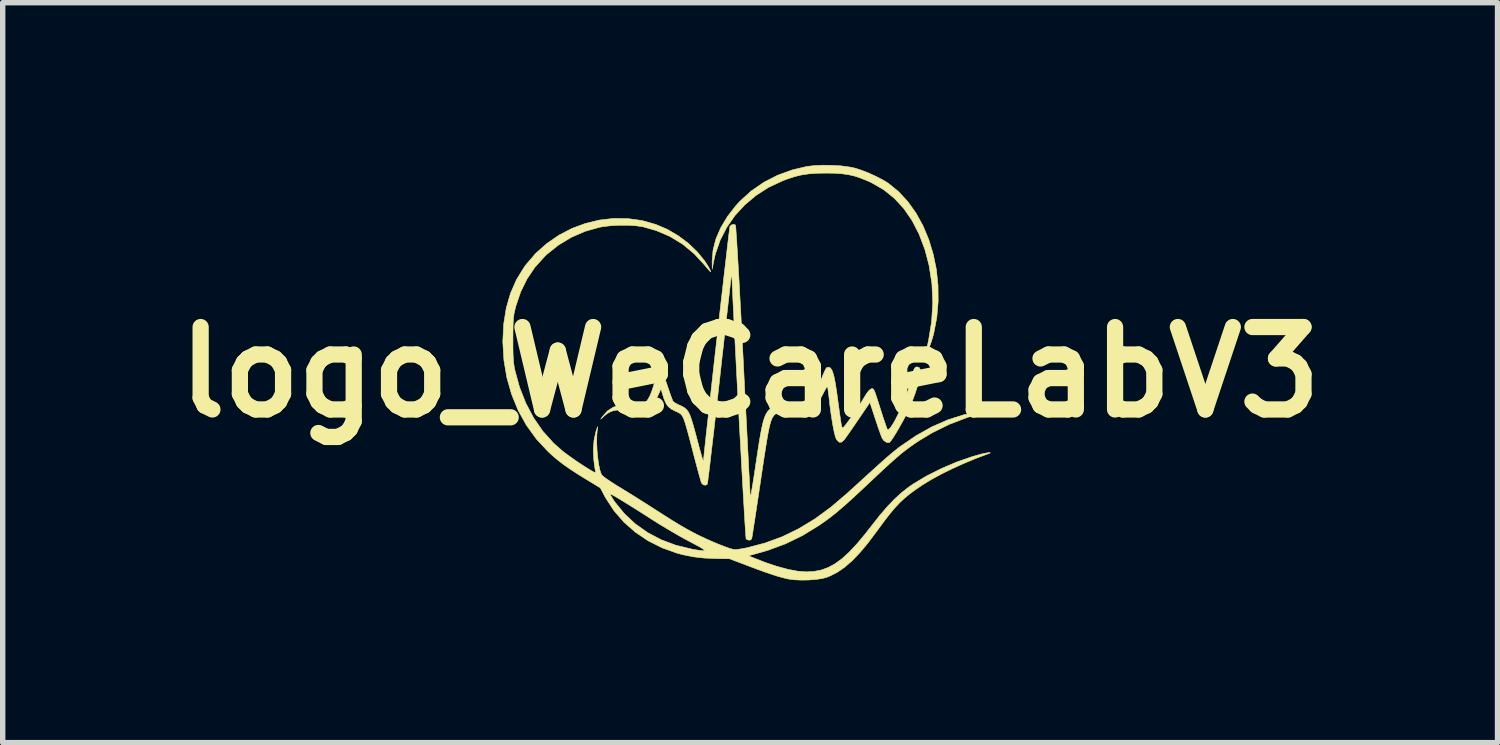
<source format=kicad_pcb>
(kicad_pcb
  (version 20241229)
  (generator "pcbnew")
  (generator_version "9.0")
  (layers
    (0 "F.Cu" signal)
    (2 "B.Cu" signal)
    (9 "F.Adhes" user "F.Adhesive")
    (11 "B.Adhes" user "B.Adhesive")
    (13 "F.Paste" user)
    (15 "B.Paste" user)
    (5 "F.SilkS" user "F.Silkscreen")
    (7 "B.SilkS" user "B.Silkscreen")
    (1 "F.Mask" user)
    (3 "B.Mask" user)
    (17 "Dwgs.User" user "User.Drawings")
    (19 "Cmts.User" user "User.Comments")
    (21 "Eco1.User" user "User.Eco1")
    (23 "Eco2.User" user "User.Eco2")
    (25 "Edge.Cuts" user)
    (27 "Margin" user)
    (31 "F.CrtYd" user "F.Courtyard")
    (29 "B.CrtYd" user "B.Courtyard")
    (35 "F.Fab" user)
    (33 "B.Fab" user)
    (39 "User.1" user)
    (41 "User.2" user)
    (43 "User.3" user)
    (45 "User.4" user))
  (footprint "logo_WeCareLabV3"
    (layer "F.Cu")
    (at 10.82 3.832)
    (property "Reference" "logo_WeCareLabV3" (at 0 0 0) (layer "F.SilkS") (effects (font (size 1.524 1.524) (thickness 0.3))))
    (attr through_hole)
    (fp_poly (pts (xy 1.515 -3.825) (xy 1.681 -3.815) (xy 1.832 -3.795) (xy 1.944 -3.772) (xy 2.063 -3.733) (xy 2.196 -3.681) (xy 2.331 -3.619) (xy 2.454 -3.556) (xy 2.551 -3.497) (xy 2.743 -3.341) (xy 2.916 -3.155) (xy 3.068 -2.942) (xy 3.198 -2.706) (xy 3.305 -2.45) (xy 3.387 -2.179) (xy 3.445 -1.897) (xy 3.475 -1.606) (xy 3.478 -1.311) (xy 3.453 -1.015) (xy 3.397 -0.722) (xy 3.39 -0.695) (xy 3.371 -0.628) (xy 3.348 -0.555) (xy 3.322 -0.484) (xy 3.298 -0.419) (xy 3.276 -0.368) (xy 3.259 -0.336) (xy 3.25 -0.33) (xy 3.252 -0.352) (xy 3.259 -0.392) (xy 3.273 -0.459) (xy 3.29 -0.541) (xy 3.3 -0.586) (xy 3.357 -0.938) (xy 3.378 -1.29) (xy 3.362 -1.637) (xy 3.309 -1.977) (xy 3.233 -2.266) (xy 3.126 -2.55) (xy 2.996 -2.803) (xy 2.843 -3.025) (xy 2.667 -3.216) (xy 2.469 -3.375) (xy 2.249 -3.502) (xy 2.187 -3.531) (xy 2.052 -3.586) (xy 1.932 -3.626) (xy 1.815 -3.653) (xy 1.691 -3.67) (xy 1.548 -3.679) (xy 1.407 -3.681) (xy 1.231 -3.678) (xy 1.083 -3.667) (xy 0.949 -3.647) (xy 0.819 -3.615) (xy 0.68 -3.569) (xy 0.595 -3.536) (xy 0.341 -3.417) (xy 0.109 -3.268) (xy -0.099 -3.093) (xy -0.281 -2.895) (xy -0.433 -2.676) (xy -0.554 -2.439) (xy -0.642 -2.187) (xy -0.675 -2.042) (xy -0.7 -1.905) (xy -0.702 -2.053) (xy -0.685 -2.256) (xy -0.632 -2.463) (xy -0.543 -2.67) (xy -0.42 -2.876) (xy -0.265 -3.076) (xy -0.19 -3.159) (xy 0.018 -3.348) (xy 0.251 -3.509) (xy 0.507 -3.641) (xy 0.78 -3.74) (xy 1.045 -3.803) (xy 1.185 -3.82) (xy 1.345 -3.827) (xy 1.515 -3.825)) (stroke (width 0.01) (type solid)) (fill yes) (layer "F.SilkS"))
    (fp_poly (pts (xy -2.259 -2.84) (xy -1.998 -2.804) (xy -1.744 -2.732) (xy -1.534 -2.643) (xy -1.33 -2.524) (xy -1.142 -2.383) (xy -0.976 -2.224) (xy -0.838 -2.054) (xy -0.78 -1.964) (xy -0.743 -1.897) (xy -0.727 -1.862) (xy -0.733 -1.858) (xy -0.761 -1.886) (xy -0.812 -1.945) (xy -0.841 -1.981) (xy -1.033 -2.189) (xy -1.246 -2.366) (xy -1.48 -2.509) (xy -1.734 -2.618) (xy -1.983 -2.689) (xy -2.108 -2.707) (xy -2.257 -2.717) (xy -2.419 -2.717) (xy -2.58 -2.708) (xy -2.727 -2.69) (xy -2.787 -2.679) (xy -3.053 -2.604) (xy -3.307 -2.493) (xy -3.545 -2.349) (xy -3.76 -2.177) (xy -3.799 -2.139) (xy -3.979 -1.94) (xy -4.126 -1.722) (xy -4.243 -1.483) (xy -4.332 -1.219) (xy -4.333 -1.215) (xy -4.35 -1.148) (xy -4.363 -1.089) (xy -4.372 -1.029) (xy -4.378 -0.962) (xy -4.382 -0.879) (xy -4.384 -0.774) (xy -4.385 -0.638) (xy -4.385 -0.615) (xy -4.385 -0.463) (xy -4.383 -0.342) (xy -4.378 -0.245) (xy -4.371 -0.165) (xy -4.361 -0.095) (xy -4.35 -0.039) (xy -4.263 0.278) (xy -4.147 0.573) (xy -4.003 0.845) (xy -3.832 1.092) (xy -3.634 1.312) (xy -3.468 1.459) (xy -3.401 1.51) (xy -3.32 1.568) (xy -3.231 1.631) (xy -3.139 1.693) (xy -3.051 1.75) (xy -2.973 1.799) (xy -2.912 1.835) (xy -2.874 1.854) (xy -2.866 1.856) (xy -2.857 1.841) (xy -2.861 1.822) (xy -2.867 1.788) (xy -2.877 1.726) (xy -2.887 1.647) (xy -2.89 1.615) (xy -2.899 1.433) (xy -2.885 1.254) (xy -2.85 1.094) (xy -2.844 1.075) (xy -2.826 1.024) (xy -2.819 1.008) (xy -2.82 1.026) (xy -2.825 1.06) (xy -2.834 1.172) (xy -2.836 1.302) (xy -2.83 1.44) (xy -2.818 1.577) (xy -2.8 1.704) (xy -2.777 1.811) (xy -2.75 1.889) (xy -2.748 1.893) (xy -2.723 1.92) (xy -2.667 1.964) (xy -2.584 2.02) (xy -2.479 2.088) (xy -2.413 2.128) (xy -2.284 2.207) (xy -2.137 2.298) (xy -1.987 2.393) (xy -1.847 2.482) (xy -1.788 2.52) (xy -1.605 2.637) (xy -1.449 2.736) (xy -1.314 2.818) (xy -1.195 2.888) (xy -1.085 2.948) (xy -0.98 3.003) (xy -0.928 3.028) (xy -0.803 3.087) (xy -0.678 3.142) (xy -0.559 3.191) (xy -0.452 3.232) (xy -0.364 3.263) (xy -0.301 3.279) (xy -0.278 3.282) (xy -0.235 3.278) (xy -0.166 3.267) (xy -0.084 3.252) (xy -0.049 3.245) (xy 0.277 3.159) (xy 0.591 3.044) (xy 0.896 2.896) (xy 1.196 2.715) (xy 1.492 2.498) (xy 1.79 2.245) (xy 1.791 2.243) (xy 1.97 2.081) (xy 2.122 1.942) (xy 2.251 1.825) (xy 2.36 1.726) (xy 2.451 1.645) (xy 2.528 1.577) (xy 2.593 1.521) (xy 2.649 1.474) (xy 2.699 1.434) (xy 2.745 1.398) (xy 2.778 1.373) (xy 3.068 1.175) (xy 3.361 1.011) (xy 3.657 0.881) (xy 3.952 0.787) (xy 4.243 0.73) (xy 4.386 0.715) (xy 4.543 0.704) (xy 4.361 0.743) (xy 4.022 0.835) (xy 3.687 0.963) (xy 3.362 1.123) (xy 3.126 1.266) (xy 3.037 1.325) (xy 2.956 1.382) (xy 2.876 1.442) (xy 2.794 1.506) (xy 2.707 1.581) (xy 2.608 1.668) (xy 2.494 1.772) (xy 2.36 1.897) (xy 2.225 2.024) (xy 2.058 2.181) (xy 1.915 2.314) (xy 1.79 2.427) (xy 1.681 2.522) (xy 1.583 2.605) (xy 1.491 2.678) (xy 1.402 2.744) (xy 1.311 2.808) (xy 1.272 2.835) (xy 0.967 3.022) (xy 0.656 3.173) (xy 0.332 3.293) (xy 0.205 3.33) (xy -0.029 3.395) (xy 0.049 3.428) (xy 0.28 3.518) (xy 0.498 3.591) (xy 0.7 3.646) (xy 0.879 3.68) (xy 1.031 3.692) (xy 1.043 3.692) (xy 1.184 3.684) (xy 1.318 3.658) (xy 1.446 3.611) (xy 1.572 3.542) (xy 1.7 3.449) (xy 1.832 3.328) (xy 1.972 3.179) (xy 2.124 2.997) (xy 2.234 2.857) (xy 2.391 2.657) (xy 2.535 2.489) (xy 2.672 2.346) (xy 2.806 2.224) (xy 2.941 2.119) (xy 3.014 2.069) (xy 3.26 1.921) (xy 3.533 1.784) (xy 3.818 1.662) (xy 4.103 1.563) (xy 4.272 1.515) (xy 4.343 1.499) (xy 4.398 1.49) (xy 4.434 1.487) (xy 4.443 1.491) (xy 4.422 1.503) (xy 4.406 1.508) (xy 4.186 1.59) (xy 3.962 1.683) (xy 3.741 1.783) (xy 3.532 1.886) (xy 3.344 1.989) (xy 3.185 2.086) (xy 3.181 2.089) (xy 3.058 2.173) (xy 2.952 2.251) (xy 2.857 2.329) (xy 2.769 2.411) (xy 2.682 2.503) (xy 2.591 2.611) (xy 2.492 2.739) (xy 2.378 2.893) (xy 2.333 2.954) (xy 2.174 3.166) (xy 2.025 3.343) (xy 1.884 3.49) (xy 1.747 3.608) (xy 1.612 3.701) (xy 1.475 3.77) (xy 1.415 3.794) (xy 1.326 3.817) (xy 1.211 3.833) (xy 1.079 3.843) (xy 0.945 3.845) (xy 0.818 3.839) (xy 0.71 3.825) (xy 0.693 3.821) (xy 0.6 3.799) (xy 0.504 3.772) (xy 0.398 3.738) (xy 0.275 3.696) (xy 0.129 3.643) (xy -0.033 3.582) (xy -0.381 3.45) (xy -0.625 3.447) (xy -0.85 3.437) (xy -1.05 3.414) (xy -1.24 3.376) (xy -1.347 3.348) (xy -1.626 3.248) (xy -1.885 3.118) (xy -2.121 2.959) (xy -2.332 2.774) (xy -2.515 2.564) (xy -2.667 2.331) (xy -2.692 2.287) (xy -2.71 2.251) (xy -2.59 2.251) (xy -2.583 2.27) (xy -2.558 2.313) (xy -2.52 2.372) (xy -2.498 2.404) (xy -2.324 2.617) (xy -2.123 2.805) (xy -1.895 2.966) (xy -1.645 3.098) (xy -1.373 3.2) (xy -1.084 3.27) (xy -1.083 3.271) (xy -0.972 3.29) (xy -0.896 3.3) (xy -0.854 3.3) (xy -0.846 3.29) (xy -0.873 3.267) (xy -0.934 3.23) (xy -1.03 3.178) (xy -1.104 3.139) (xy -1.223 3.076) (xy -1.362 2.997) (xy -1.511 2.91) (xy -1.656 2.823) (xy -1.778 2.747) (xy -1.985 2.614) (xy -2.161 2.503) (xy -2.306 2.413) (xy -2.42 2.343) (xy -2.504 2.293) (xy -2.56 2.262) (xy -2.587 2.251) (xy -2.59 2.251) (xy -2.71 2.251) (xy -2.769 2.14) (xy -3.011 1.993) (xy -3.182 1.888) (xy -3.324 1.795) (xy -3.445 1.711) (xy -3.551 1.63) (xy -3.649 1.547) (xy -3.742 1.461) (xy -3.954 1.233) (xy -4.137 0.979) (xy -4.289 0.705) (xy -4.409 0.411) (xy -4.498 0.101) (xy -4.552 -0.222) (xy -4.572 -0.556) (xy -4.572 -0.575) (xy -4.556 -0.891) (xy -4.509 -1.185) (xy -4.431 -1.457) (xy -4.32 -1.71) (xy -4.176 -1.944) (xy -4.142 -1.99) (xy -3.962 -2.199) (xy -3.758 -2.38) (xy -3.535 -2.533) (xy -3.297 -2.657) (xy -3.046 -2.75) (xy -2.787 -2.813) (xy -2.524 -2.843) (xy -2.259 -2.84)) (stroke (width 0.01) (type solid)) (fill yes) (layer "F.SilkS"))
    (fp_poly (pts (xy -0.271 -2.721) (xy -0.267 -2.699) (xy -0.262 -2.641) (xy -0.256 -2.549) (xy -0.247 -2.424) (xy -0.238 -2.27) (xy -0.227 -2.088) (xy -0.215 -1.882) (xy -0.202 -1.652) (xy -0.189 -1.403) (xy -0.174 -1.135) (xy -0.159 -0.852) (xy -0.144 -0.555) (xy -0.128 -0.248) (xy -0.126 -0.213) (xy -0.111 0.096) (xy -0.096 0.395) (xy -0.081 0.681) (xy -0.067 0.951) (xy -0.054 1.204) (xy -0.042 1.438) (xy -0.031 1.649) (xy -0.022 1.835) (xy -0.013 1.994) (xy -0.006 2.124) (xy -0.001 2.223) (xy 0.003 2.287) (xy 0.004 2.315) (xy 0.005 2.315) (xy 0.008 2.306) (xy 0.017 2.262) (xy 0.03 2.187) (xy 0.047 2.085) (xy 0.067 1.96) (xy 0.089 1.817) (xy 0.112 1.659) (xy 0.114 1.651) (xy 0.145 1.44) (xy 0.173 1.265) (xy 0.198 1.12) (xy 0.222 1.003) (xy 0.244 0.909) (xy 0.268 0.835) (xy 0.293 0.778) (xy 0.321 0.732) (xy 0.353 0.695) (xy 0.389 0.662) (xy 0.402 0.652) (xy 0.432 0.63) (xy 0.46 0.615) (xy 0.493 0.605) (xy 0.539 0.599) (xy 0.605 0.596) (xy 0.699 0.596) (xy 0.751 0.595) (xy 0.853 0.594) (xy 0.944 0.591) (xy 1.014 0.586) (xy 1.055 0.58) (xy 1.061 0.578) (xy 1.105 0.542) (xy 1.155 0.473) (xy 1.21 0.377) (xy 1.265 0.259) (xy 1.311 0.144) (xy 1.345 0.058) (xy 1.376 -0.014) (xy 1.402 -0.065) (xy 1.419 -0.086) (xy 1.452 -0.092) (xy 1.481 -0.081) (xy 1.507 -0.05) (xy 1.53 0.005) (xy 1.553 0.087) (xy 1.575 0.198) (xy 1.598 0.342) (xy 1.623 0.521) (xy 1.623 0.525) (xy 1.641 0.655) (xy 1.657 0.773) (xy 1.672 0.874) (xy 1.684 0.952) (xy 1.693 1.001) (xy 1.696 1.011) (xy 1.703 1.026) (xy 1.716 1.026) (xy 1.738 1.008) (xy 1.771 0.967) (xy 1.821 0.901) (xy 1.869 0.835) (xy 1.935 0.741) (xy 2 0.644) (xy 2.057 0.555) (xy 2.098 0.486) (xy 2.1 0.483) (xy 2.155 0.393) (xy 2.204 0.333) (xy 2.246 0.304) (xy 2.271 0.306) (xy 2.281 0.315) (xy 2.292 0.333) (xy 2.306 0.364) (xy 2.324 0.414) (xy 2.348 0.486) (xy 2.38 0.586) (xy 2.422 0.718) (xy 2.427 0.733) (xy 2.46 0.838) (xy 2.491 0.929) (xy 2.516 1.002) (xy 2.533 1.048) (xy 2.54 1.061) (xy 2.561 1.061) (xy 2.594 1.028) (xy 2.635 0.968) (xy 2.682 0.887) (xy 2.732 0.788) (xy 2.785 0.677) (xy 2.836 0.559) (xy 2.884 0.439) (xy 2.926 0.321) (xy 2.96 0.211) (xy 2.979 0.137) (xy 3.003 0.037) (xy 3.023 -0.031) (xy 3.041 -0.072) (xy 3.061 -0.092) (xy 3.085 -0.098) (xy 3.086 -0.098) (xy 3.129 -0.084) (xy 3.151 -0.04) (xy 3.15 0.033) (xy 3.137 0.104) (xy 3.1 0.245) (xy 3.049 0.402) (xy 2.991 0.558) (xy 2.947 0.664) (xy 2.907 0.748) (xy 2.858 0.843) (xy 2.804 0.942) (xy 2.748 1.041) (xy 2.694 1.132) (xy 2.646 1.209) (xy 2.607 1.266) (xy 2.58 1.297) (xy 2.575 1.301) (xy 2.522 1.298) (xy 2.472 1.263) (xy 2.443 1.223) (xy 2.428 1.188) (xy 2.404 1.123) (xy 2.373 1.036) (xy 2.339 0.934) (xy 2.316 0.866) (xy 2.216 0.559) (xy 1.998 0.88) (xy 1.928 0.983) (xy 1.863 1.078) (xy 1.806 1.159) (xy 1.763 1.22) (xy 1.736 1.255) (xy 1.735 1.257) (xy 1.689 1.295) (xy 1.647 1.294) (xy 1.607 1.255) (xy 1.591 1.229) (xy 1.574 1.181) (xy 1.554 1.1) (xy 1.533 0.994) (xy 1.512 0.87) (xy 1.491 0.733) (xy 1.473 0.592) (xy 1.465 0.518) (xy 1.455 0.428) (xy 1.445 0.351) (xy 1.437 0.296) (xy 1.432 0.274) (xy 1.42 0.274) (xy 1.397 0.308) (xy 1.364 0.37) (xy 1.358 0.383) (xy 1.296 0.498) (xy 1.224 0.598) (xy 1.149 0.673) (xy 1.081 0.716) (xy 1.039 0.728) (xy 0.977 0.734) (xy 0.891 0.734) (xy 0.778 0.73) (xy 0.677 0.725) (xy 0.606 0.724) (xy 0.559 0.727) (xy 0.527 0.734) (xy 0.501 0.748) (xy 0.483 0.761) (xy 0.459 0.782) (xy 0.437 0.804) (xy 0.418 0.832) (xy 0.4 0.867) (xy 0.383 0.913) (xy 0.366 0.973) (xy 0.348 1.051) (xy 0.329 1.149) (xy 0.308 1.271) (xy 0.284 1.42) (xy 0.256 1.598) (xy 0.224 1.81) (xy 0.195 2.007) (xy 0.165 2.205) (xy 0.137 2.392) (xy 0.111 2.565) (xy 0.088 2.718) (xy 0.067 2.849) (xy 0.051 2.955) (xy 0.039 3.031) (xy 0.031 3.074) (xy 0.03 3.082) (xy 0.005 3.103) (xy -0.017 3.107) (xy -0.058 3.095) (xy -0.074 3.082) (xy -0.076 3.061) (xy -0.081 3.004) (xy -0.087 2.913) (xy -0.095 2.792) (xy -0.104 2.643) (xy -0.114 2.469) (xy -0.126 2.274) (xy -0.138 2.059) (xy -0.151 1.829) (xy -0.164 1.585) (xy -0.178 1.33) (xy -0.193 1.068) (xy -0.207 0.8) (xy -0.222 0.531) (xy -0.236 0.263) (xy -0.25 -0.001) (xy -0.263 -0.259) (xy -0.276 -0.508) (xy -0.288 -0.744) (xy -0.299 -0.965) (xy -0.309 -1.168) (xy -0.318 -1.35) (xy -0.325 -1.509) (xy -0.331 -1.641) (xy -0.335 -1.744) (xy -0.335 -1.758) (xy -0.338 -1.793) (xy -0.344 -1.795) (xy -0.345 -1.788) (xy -0.349 -1.763) (xy -0.356 -1.702) (xy -0.367 -1.608) (xy -0.381 -1.483) (xy -0.399 -1.33) (xy -0.419 -1.152) (xy -0.442 -0.951) (xy -0.467 -0.731) (xy -0.493 -0.493) (xy -0.522 -0.24) (xy -0.551 0.024) (xy -0.565 0.15) (xy -0.595 0.419) (xy -0.625 0.676) (xy -0.652 0.92) (xy -0.678 1.148) (xy -0.703 1.357) (xy -0.725 1.544) (xy -0.744 1.707) (xy -0.76 1.843) (xy -0.774 1.95) (xy -0.783 2.025) (xy -0.789 2.064) (xy -0.79 2.07) (xy -0.822 2.09) (xy -0.862 2.084) (xy -0.895 2.055) (xy -0.899 2.047) (xy -0.909 2.017) (xy -0.927 1.954) (xy -0.952 1.865) (xy -0.982 1.753) (xy -1.016 1.625) (xy -1.053 1.486) (xy -1.055 1.475) (xy -1.102 1.296) (xy -1.14 1.151) (xy -1.172 1.036) (xy -1.198 0.947) (xy -1.221 0.879) (xy -1.242 0.83) (xy -1.263 0.796) (xy -1.286 0.771) (xy -1.312 0.754) (xy -1.343 0.738) (xy -1.379 0.722) (xy -1.457 0.682) (xy -1.513 0.637) (xy -1.555 0.578) (xy -1.591 0.495) (xy -1.612 0.428) (xy -1.648 0.31) (xy -1.703 0.43) (xy -1.742 0.508) (xy -1.789 0.584) (xy -1.82 0.629) (xy -1.884 0.709) (xy -2.178 0.698) (xy -2.317 0.694) (xy -2.425 0.697) (xy -2.509 0.708) (xy -2.577 0.729) (xy -2.636 0.761) (xy -2.693 0.806) (xy -2.705 0.817) (xy -2.762 0.869) (xy -2.718 0.807) (xy -2.639 0.718) (xy -2.537 0.651) (xy -2.409 0.604) (xy -2.251 0.576) (xy -2.15 0.568) (xy -1.926 0.557) (xy -1.881 0.49) (xy -1.852 0.436) (xy -1.821 0.361) (xy -1.795 0.284) (xy -1.764 0.18) (xy -1.74 0.107) (xy -1.719 0.059) (xy -1.701 0.03) (xy -1.69 0.02) (xy -1.663 0.005) (xy -1.636 0.013) (xy -1.61 0.047) (xy -1.58 0.11) (xy -1.544 0.206) (xy -1.523 0.271) (xy -1.491 0.364) (xy -1.462 0.446) (xy -1.439 0.507) (xy -1.424 0.54) (xy -1.422 0.542) (xy -1.393 0.564) (xy -1.342 0.593) (xy -1.312 0.607) (xy -1.257 0.632) (xy -1.213 0.658) (xy -1.176 0.69) (xy -1.144 0.731) (xy -1.115 0.788) (xy -1.087 0.864) (xy -1.056 0.965) (xy -1.02 1.094) (xy -0.984 1.228) (xy -0.944 1.379) (xy -0.912 1.495) (xy -0.889 1.576) (xy -0.873 1.625) (xy -0.863 1.645) (xy -0.86 1.636) (xy -0.86 1.63) (xy -0.859 1.604) (xy -0.853 1.542) (xy -0.843 1.448) (xy -0.83 1.324) (xy -0.814 1.174) (xy -0.795 1.001) (xy -0.773 0.808) (xy -0.75 0.597) (xy -0.725 0.372) (xy -0.699 0.136) (xy -0.672 -0.108) (xy -0.644 -0.358) (xy -0.615 -0.609) (xy -0.587 -0.86) (xy -0.559 -1.107) (xy -0.532 -1.346) (xy -0.505 -1.576) (xy -0.481 -1.793) (xy -0.457 -1.993) (xy -0.436 -2.175) (xy -0.418 -2.334) (xy -0.402 -2.468) (xy -0.389 -2.574) (xy -0.38 -2.649) (xy -0.374 -2.69) (xy -0.373 -2.696) (xy -0.341 -2.725) (xy -0.299 -2.733) (xy -0.271 -2.721)) (stroke (width 0.01) (type solid)) (fill yes) (layer "F.SilkS")))
  (gr_rect
    (start -3 -3)
    (end 24.641 10.682)
    (stroke (width 0.1) (type default))
    (fill no)
    (layer "Edge.Cuts")))
</source>
